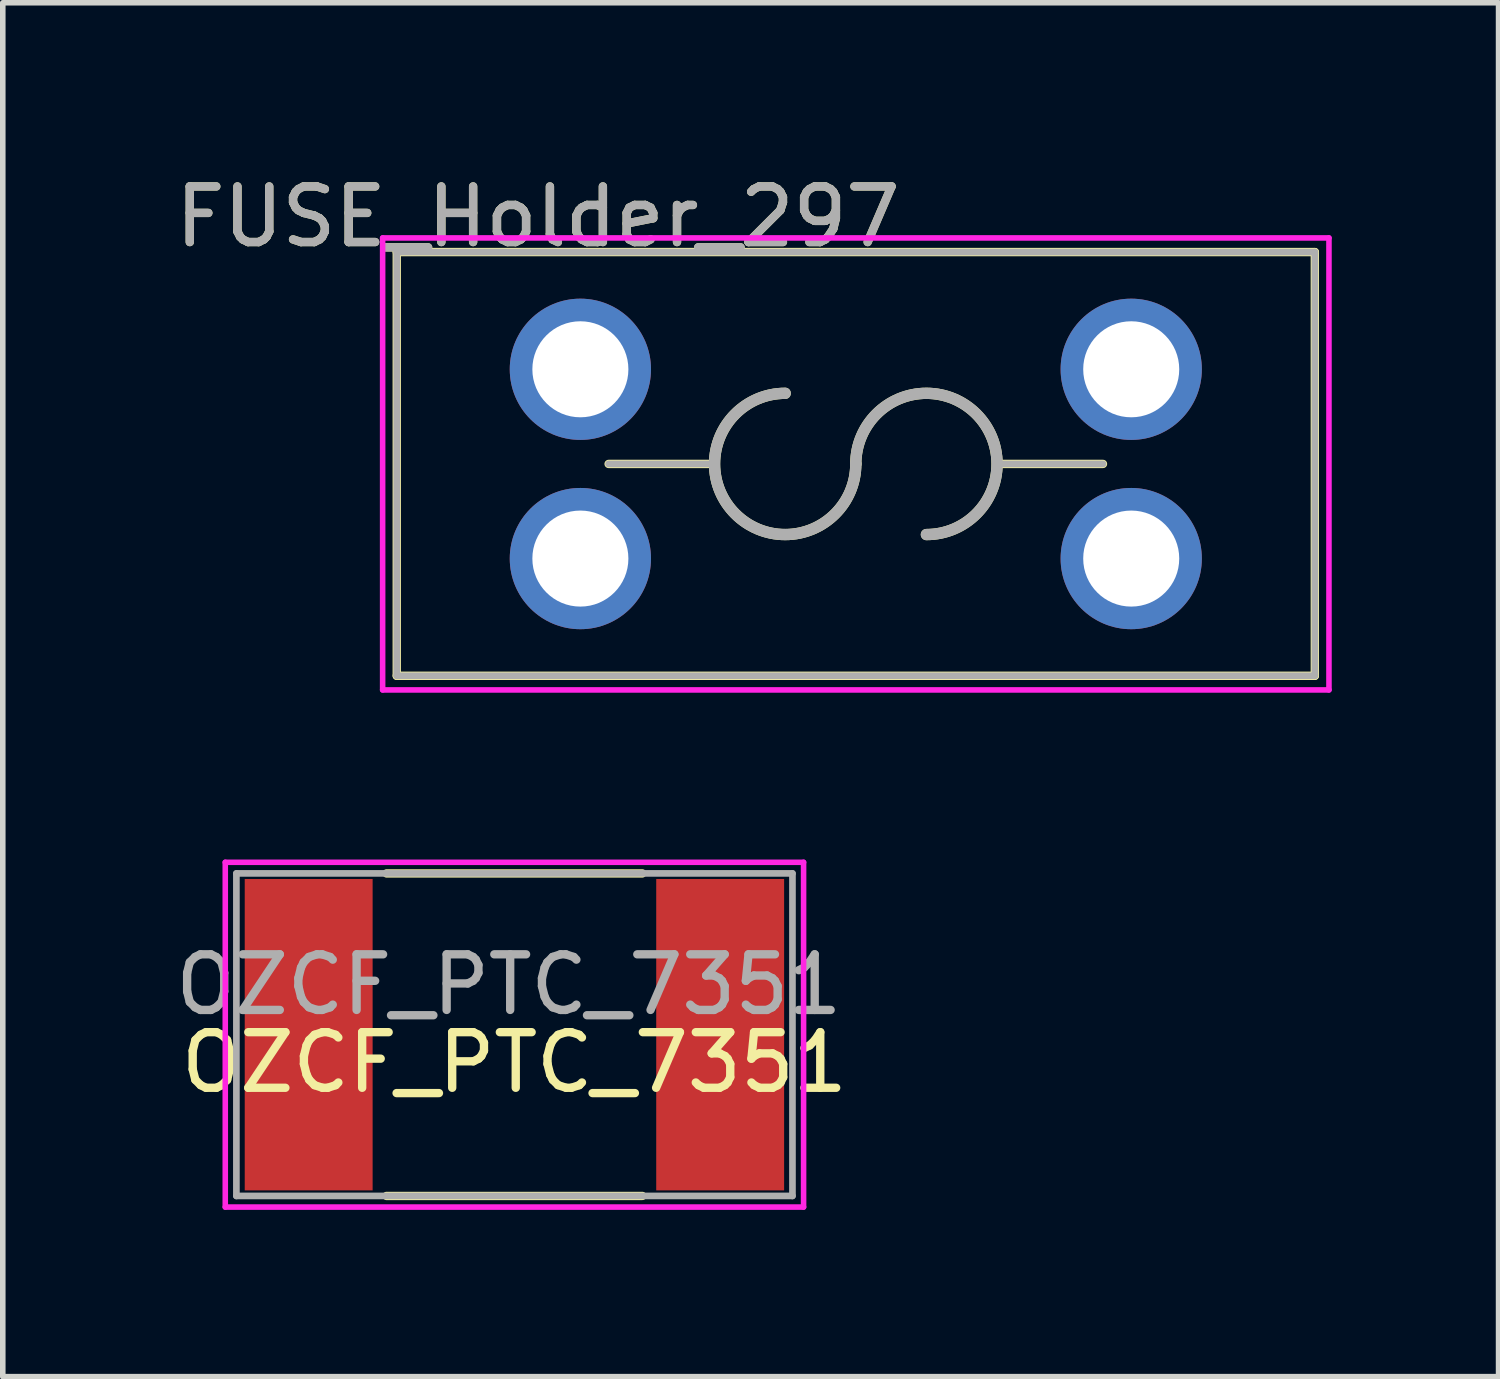
<source format=kicad_pcb>
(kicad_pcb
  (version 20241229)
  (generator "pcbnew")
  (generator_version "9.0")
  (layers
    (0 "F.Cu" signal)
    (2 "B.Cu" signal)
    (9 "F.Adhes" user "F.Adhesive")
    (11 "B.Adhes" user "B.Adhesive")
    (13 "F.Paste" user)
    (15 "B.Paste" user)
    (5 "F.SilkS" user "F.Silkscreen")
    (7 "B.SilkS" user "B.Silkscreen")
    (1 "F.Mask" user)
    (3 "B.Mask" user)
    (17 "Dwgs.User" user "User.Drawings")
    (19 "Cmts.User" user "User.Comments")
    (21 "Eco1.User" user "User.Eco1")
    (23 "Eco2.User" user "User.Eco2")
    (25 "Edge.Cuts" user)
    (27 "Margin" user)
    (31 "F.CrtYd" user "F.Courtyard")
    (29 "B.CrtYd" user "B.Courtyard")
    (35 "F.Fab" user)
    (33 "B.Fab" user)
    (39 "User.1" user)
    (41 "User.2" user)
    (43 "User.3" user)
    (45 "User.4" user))
  (footprint "FUSE_Holder_297"
    (layer "F.Cu")
    (at 12.34 5.293)
    (property "Reference" "FUSE_Holder_297" (at -5.715 -4.445 0) (layer "F.SilkS") (effects (font (size 1 1) (thickness 0.15))))
    (attr through_hole)
    (fp_line (start -8.255 -3.81) (end -8.255 3.81) (stroke (width 0.15) (type solid)) (layer "F.SilkS"))
    (fp_line (start -8.255 3.81) (end 8.255 3.81) (stroke (width 0.15) (type solid)) (layer "F.SilkS"))
    (fp_line (start -2.54 0) (end -4.445 0) (stroke (width 0.15) (type solid)) (layer "F.SilkS"))
    (fp_line (start 2.54 0) (end 4.445 0) (stroke (width 0.15) (type solid)) (layer "F.SilkS"))
    (fp_line (start 8.255 -3.81) (end -8.255 -3.81) (stroke (width 0.15) (type solid)) (layer "F.SilkS"))
    (fp_line (start 8.255 3.81) (end 8.255 -3.81) (stroke (width 0.15) (type solid)) (layer "F.SilkS"))
    (fp_arc (start 0 0) (mid -2.168026 0.898026) (end -1.27 -1.27) (stroke (width 0.2032) (type solid)) (layer "F.SilkS"))
    (fp_arc (start 0 0) (mid 2.168026 -0.898026) (end 1.27 1.27) (stroke (width 0.2032) (type solid)) (layer "F.SilkS"))
    (fp_line (start -8.509 -4.064) (end 8.509 -4.064) (stroke (width 0.1) (type solid)) (layer "F.CrtYd"))
    (fp_line (start -8.509 4.064) (end -8.509 -4.064) (stroke (width 0.1) (type solid)) (layer "F.CrtYd"))
    (fp_line (start 8.509 -4.064) (end 8.509 4.064) (stroke (width 0.1) (type solid)) (layer "F.CrtYd"))
    (fp_line (start 8.509 4.064) (end -8.509 4.064) (stroke (width 0.1) (type solid)) (layer "F.CrtYd"))
    (fp_line (start -8.255 -3.81) (end 8.255 -3.81) (stroke (width 0.12) (type solid)) (layer "F.Fab"))
    (fp_line (start -8.255 3.81) (end -8.255 -3.81) (stroke (width 0.12) (type solid)) (layer "F.Fab"))
    (fp_line (start -2.54 0) (end -4.445 0) (stroke (width 0.12) (type solid)) (layer "F.Fab"))
    (fp_line (start 2.54 0) (end 4.445 0) (stroke (width 0.12) (type solid)) (layer "F.Fab"))
    (fp_line (start 8.255 -3.81) (end 8.255 3.81) (stroke (width 0.12) (type solid)) (layer "F.Fab"))
    (fp_line (start 8.255 3.81) (end -8.255 3.81) (stroke (width 0.12) (type solid)) (layer "F.Fab"))
    (fp_arc (start 0 0) (mid -2.168026 0.898026) (end -1.27 -1.27) (stroke (width 0.2032) (type solid)) (layer "F.Fab"))
    (fp_arc (start 0 0) (mid 2.168026 -0.898026) (end 1.27 1.27) (stroke (width 0.2032) (type solid)) (layer "F.Fab"))
    (fp_text user "${REFERENCE}" (at -5.715 -4.445 0) (layer "F.Fab") (effects (font (size 1 1) (thickness 0.15))))
    (pad "1" thru_hole circle (at -4.953 -1.702) (size 2.54 2.54) (drill 1.727) (layers "*.Cu" "*.Mask"))
    (pad "1" thru_hole circle (at -4.953 1.702) (size 2.54 2.54) (drill 1.727) (layers "*.Cu" "*.Mask"))
    (pad "2" thru_hole circle (at 4.953 -1.702) (size 2.54 2.54) (drill 1.727) (layers "*.Cu" "*.Mask"))
    (pad "2" thru_hole circle (at 4.953 1.702) (size 2.54 2.54) (drill 1.727) (layers "*.Cu" "*.Mask")))
  (footprint "OZCF_PTC_7351"
    (layer "F.Cu")
    (at 6.201 15.557)
    (property "Reference" "OZCF_PTC_7351" (at 0 0.5 0) (layer "F.SilkS") (effects (font (size 1 1) (thickness 0.15))))
    (attr through_hole)
    (fp_line (start -2.3 -2.9) (end 2.3 -2.9) (stroke (width 0.15) (type solid)) (layer "F.SilkS"))
    (fp_line (start -2.3 2.9) (end 2.3 2.9) (stroke (width 0.15) (type solid)) (layer "F.SilkS"))
    (fp_line (start -5.2 -3.1) (end 5.2 -3.1) (stroke (width 0.1) (type solid)) (layer "F.CrtYd"))
    (fp_line (start -5.2 3.1) (end -5.2 -3.1) (stroke (width 0.1) (type solid)) (layer "F.CrtYd"))
    (fp_line (start 5.2 -3.1) (end 5.2 3.1) (stroke (width 0.1) (type solid)) (layer "F.CrtYd"))
    (fp_line (start 5.2 3.1) (end -5.2 3.1) (stroke (width 0.1) (type solid)) (layer "F.CrtYd"))
    (fp_line (start -5 -2.9) (end 5 -2.9) (stroke (width 0.12) (type solid)) (layer "F.Fab"))
    (fp_line (start -5 2.9) (end -5 -2.9) (stroke (width 0.12) (type solid)) (layer "F.Fab"))
    (fp_line (start 5 -2.9) (end 5 2.9) (stroke (width 0.12) (type solid)) (layer "F.Fab"))
    (fp_line (start 5 2.9) (end -5 2.9) (stroke (width 0.12) (type solid)) (layer "F.Fab"))
    (fp_text user "${REFERENCE}" (at -0.1 -0.9 0) (layer "F.Fab") (effects (font (size 1 1) (thickness 0.15))))
    (pad "1" smd rect (at -3.7 0) (size 2.3 5.6) (layers "F.Cu" "F.Mask" "F.Paste"))
    (pad "2" smd rect (at 3.7 0) (size 2.3 5.6) (layers "F.Cu" "F.Mask" "F.Paste")))
  (gr_rect
    (start -3 -3)
    (end 23.899 21.707)
    (stroke (width 0.1) (type default))
    (fill no)
    (layer "Edge.Cuts")))
</source>
